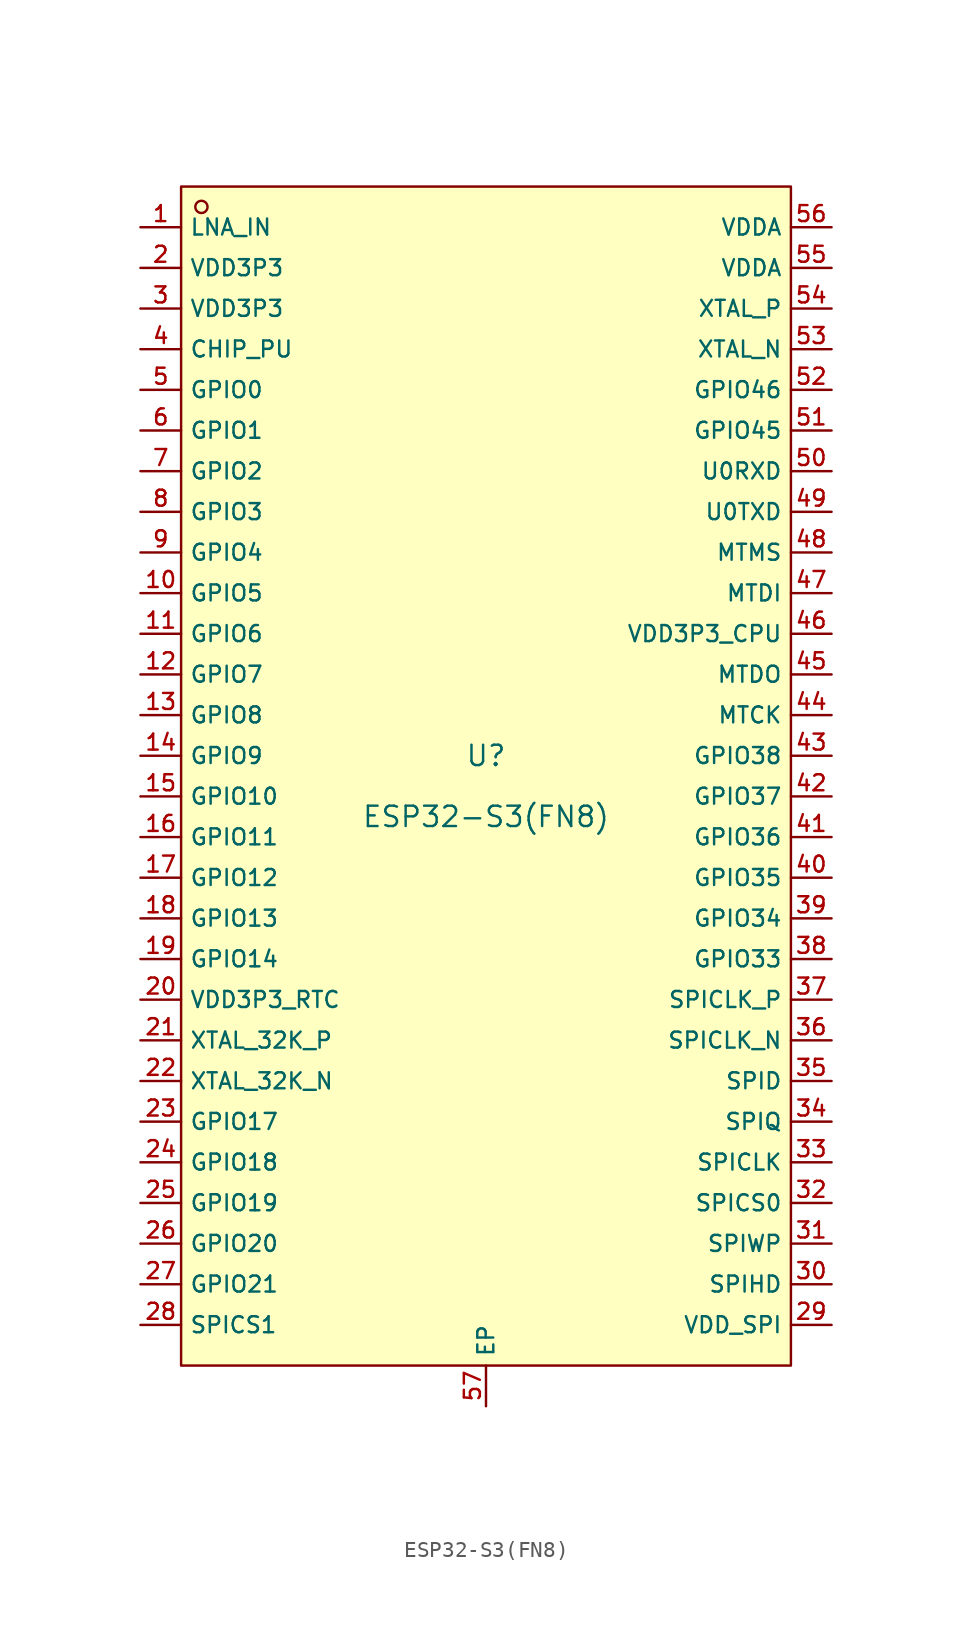
<source format=kicad_sym>
(kicad_symbol_lib
  (version 20210201)
  (generator TousstNicolas/JLC2KiCad_lib)
  (symbol "ESP32-S3(FN8)"
    (property "Reference" "U"
      (at 0 1.27 0)
      (effects (font (size 1.27 1.27))))
    (property "Value" "ESP32-S3(FN8)"
      (at 0 -2.54 0)
      (effects (font (size 1.27 1.27))))
    (symbol "ESP32-S3(FN8)_0_1"
      (rectangle (start -19.05 36.83) (end 19.05 -36.83) (stroke (width 0) (type default) (color 0 0 0 0)) (fill (type background)))
      (circle (center -17.78 35.56) (radius 0.381) (stroke (width 0) (type default) (color 0 0 0 0)) (fill (type background)))
      (pin unspecified line (at -21.59 34.29 0) (length 2.54) (name "LNA_IN" (effects (font (size 1 1)))) (number "1" (effects (font (size 1 1)))))
      (pin unspecified line (at -21.59 31.75 0) (length 2.54) (name "VDD3P3" (effects (font (size 1 1)))) (number "2" (effects (font (size 1 1)))))
      (pin unspecified line (at -21.59 29.21 0) (length 2.54) (name "VDD3P3" (effects (font (size 1 1)))) (number "3" (effects (font (size 1 1)))))
      (pin unspecified line (at -21.59 26.67 0) (length 2.54) (name "CHIP_PU" (effects (font (size 1 1)))) (number "4" (effects (font (size 1 1)))))
      (pin unspecified line (at -21.59 24.13 0) (length 2.54) (name "GPIO0" (effects (font (size 1 1)))) (number "5" (effects (font (size 1 1)))))
      (pin unspecified line (at -21.59 21.59 0) (length 2.54) (name "GPIO1" (effects (font (size 1 1)))) (number "6" (effects (font (size 1 1)))))
      (pin unspecified line (at -21.59 19.05 0) (length 2.54) (name "GPIO2" (effects (font (size 1 1)))) (number "7" (effects (font (size 1 1)))))
      (pin unspecified line (at -21.59 16.51 0) (length 2.54) (name "GPIO3" (effects (font (size 1 1)))) (number "8" (effects (font (size 1 1)))))
      (pin unspecified line (at -21.59 13.97 0) (length 2.54) (name "GPIO4" (effects (font (size 1 1)))) (number "9" (effects (font (size 1 1)))))
      (pin unspecified line (at -21.59 11.43 0) (length 2.54) (name "GPIO5" (effects (font (size 1 1)))) (number "10" (effects (font (size 1 1)))))
      (pin unspecified line (at -21.59 8.89 0) (length 2.54) (name "GPIO6" (effects (font (size 1 1)))) (number "11" (effects (font (size 1 1)))))
      (pin unspecified line (at -21.59 6.35 0) (length 2.54) (name "GPIO7" (effects (font (size 1 1)))) (number "12" (effects (font (size 1 1)))))
      (pin unspecified line (at -21.59 3.81 0) (length 2.54) (name "GPIO8" (effects (font (size 1 1)))) (number "13" (effects (font (size 1 1)))))
      (pin unspecified line (at -21.59 1.27 0) (length 2.54) (name "GPIO9" (effects (font (size 1 1)))) (number "14" (effects (font (size 1 1)))))
      (pin unspecified line (at -21.59 -1.27 0) (length 2.54) (name "GPIO10" (effects (font (size 1 1)))) (number "15" (effects (font (size 1 1)))))
      (pin unspecified line (at -21.59 -3.81 0) (length 2.54) (name "GPIO11" (effects (font (size 1 1)))) (number "16" (effects (font (size 1 1)))))
      (pin unspecified line (at -21.59 -6.35 0) (length 2.54) (name "GPIO12" (effects (font (size 1 1)))) (number "17" (effects (font (size 1 1)))))
      (pin unspecified line (at -21.59 -8.89 0) (length 2.54) (name "GPIO13" (effects (font (size 1 1)))) (number "18" (effects (font (size 1 1)))))
      (pin unspecified line (at -21.59 -11.43 0) (length 2.54) (name "GPIO14" (effects (font (size 1 1)))) (number "19" (effects (font (size 1 1)))))
      (pin unspecified line (at -21.59 -13.97 0) (length 2.54) (name "VDD3P3_RTC" (effects (font (size 1 1)))) (number "20" (effects (font (size 1 1)))))
      (pin unspecified line (at -21.59 -16.51 0) (length 2.54) (name "XTAL_32K_P" (effects (font (size 1 1)))) (number "21" (effects (font (size 1 1)))))
      (pin unspecified line (at -21.59 -19.05 0) (length 2.54) (name "XTAL_32K_N" (effects (font (size 1 1)))) (number "22" (effects (font (size 1 1)))))
      (pin unspecified line (at -21.59 -21.59 0) (length 2.54) (name "GPIO17" (effects (font (size 1 1)))) (number "23" (effects (font (size 1 1)))))
      (pin unspecified line (at -21.59 -24.13 0) (length 2.54) (name "GPIO18" (effects (font (size 1 1)))) (number "24" (effects (font (size 1 1)))))
      (pin unspecified line (at -21.59 -26.67 0) (length 2.54) (name "GPIO19" (effects (font (size 1 1)))) (number "25" (effects (font (size 1 1)))))
      (pin unspecified line (at -21.59 -29.21 0) (length 2.54) (name "GPIO20" (effects (font (size 1 1)))) (number "26" (effects (font (size 1 1)))))
      (pin unspecified line (at -21.59 -31.75 0) (length 2.54) (name "GPIO21" (effects (font (size 1 1)))) (number "27" (effects (font (size 1 1)))))
      (pin unspecified line (at -21.59 -34.29 0) (length 2.54) (name "SPICS1" (effects (font (size 1 1)))) (number "28" (effects (font (size 1 1)))))
      (pin unspecified line (at 21.59 -34.29 180) (length 2.54) (name "VDD_SPI" (effects (font (size 1 1)))) (number "29" (effects (font (size 1 1)))))
      (pin unspecified line (at 21.59 -31.75 180) (length 2.54) (name "SPIHD" (effects (font (size 1 1)))) (number "30" (effects (font (size 1 1)))))
      (pin unspecified line (at 21.59 -29.21 180) (length 2.54) (name "SPIWP" (effects (font (size 1 1)))) (number "31" (effects (font (size 1 1)))))
      (pin unspecified line (at 21.59 -26.67 180) (length 2.54) (name "SPICS0" (effects (font (size 1 1)))) (number "32" (effects (font (size 1 1)))))
      (pin unspecified line (at 21.59 -24.13 180) (length 2.54) (name "SPICLK" (effects (font (size 1 1)))) (number "33" (effects (font (size 1 1)))))
      (pin unspecified line (at 21.59 -21.59 180) (length 2.54) (name "SPIQ" (effects (font (size 1 1)))) (number "34" (effects (font (size 1 1)))))
      (pin unspecified line (at 21.59 -19.05 180) (length 2.54) (name "SPID" (effects (font (size 1 1)))) (number "35" (effects (font (size 1 1)))))
      (pin unspecified line (at 21.59 -16.51 180) (length 2.54) (name "SPICLK_N" (effects (font (size 1 1)))) (number "36" (effects (font (size 1 1)))))
      (pin unspecified line (at 21.59 -13.97 180) (length 2.54) (name "SPICLK_P" (effects (font (size 1 1)))) (number "37" (effects (font (size 1 1)))))
      (pin unspecified line (at 21.59 -11.43 180) (length 2.54) (name "GPIO33" (effects (font (size 1 1)))) (number "38" (effects (font (size 1 1)))))
      (pin unspecified line (at 21.59 -8.89 180) (length 2.54) (name "GPIO34" (effects (font (size 1 1)))) (number "39" (effects (font (size 1 1)))))
      (pin unspecified line (at 21.59 -6.35 180) (length 2.54) (name "GPIO35" (effects (font (size 1 1)))) (number "40" (effects (font (size 1 1)))))
      (pin unspecified line (at 21.59 -3.81 180) (length 2.54) (name "GPIO36" (effects (font (size 1 1)))) (number "41" (effects (font (size 1 1)))))
      (pin unspecified line (at 21.59 -1.27 180) (length 2.54) (name "GPIO37" (effects (font (size 1 1)))) (number "42" (effects (font (size 1 1)))))
      (pin unspecified line (at 21.59 1.27 180) (length 2.54) (name "GPIO38" (effects (font (size 1 1)))) (number "43" (effects (font (size 1 1)))))
      (pin unspecified line (at 21.59 3.81 180) (length 2.54) (name "MTCK" (effects (font (size 1 1)))) (number "44" (effects (font (size 1 1)))))
      (pin unspecified line (at 21.59 6.35 180) (length 2.54) (name "MTDO" (effects (font (size 1 1)))) (number "45" (effects (font (size 1 1)))))
      (pin unspecified line (at 21.59 8.89 180) (length 2.54) (name "VDD3P3_CPU" (effects (font (size 1 1)))) (number "46" (effects (font (size 1 1)))))
      (pin unspecified line (at 21.59 11.43 180) (length 2.54) (name "MTDI" (effects (font (size 1 1)))) (number "47" (effects (font (size 1 1)))))
      (pin unspecified line (at 21.59 13.97 180) (length 2.54) (name "MTMS" (effects (font (size 1 1)))) (number "48" (effects (font (size 1 1)))))
      (pin unspecified line (at 21.59 16.51 180) (length 2.54) (name "U0TXD" (effects (font (size 1 1)))) (number "49" (effects (font (size 1 1)))))
      (pin unspecified line (at 21.59 19.05 180) (length 2.54) (name "U0RXD" (effects (font (size 1 1)))) (number "50" (effects (font (size 1 1)))))
      (pin unspecified line (at 21.59 21.59 180) (length 2.54) (name "GPIO45" (effects (font (size 1 1)))) (number "51" (effects (font (size 1 1)))))
      (pin unspecified line (at 21.59 24.13 180) (length 2.54) (name "GPIO46" (effects (font (size 1 1)))) (number "52" (effects (font (size 1 1)))))
      (pin unspecified line (at 21.59 26.67 180) (length 2.54) (name "XTAL_N" (effects (font (size 1 1)))) (number "53" (effects (font (size 1 1)))))
      (pin unspecified line (at 21.59 29.21 180) (length 2.54) (name "XTAL_P" (effects (font (size 1 1)))) (number "54" (effects (font (size 1 1)))))
      (pin unspecified line (at 21.59 31.75 180) (length 2.54) (name "VDDA" (effects (font (size 1 1)))) (number "55" (effects (font (size 1 1)))))
      (pin unspecified line (at 21.59 34.29 180) (length 2.54) (name "VDDA" (effects (font (size 1 1)))) (number "56" (effects (font (size 1 1)))))
      (pin unspecified line (at 0.0 -39.37 90) (length 2.54) (name "EP" (effects (font (size 1 1)))) (number "57" (effects (font (size 1 1))))))))
</source>
